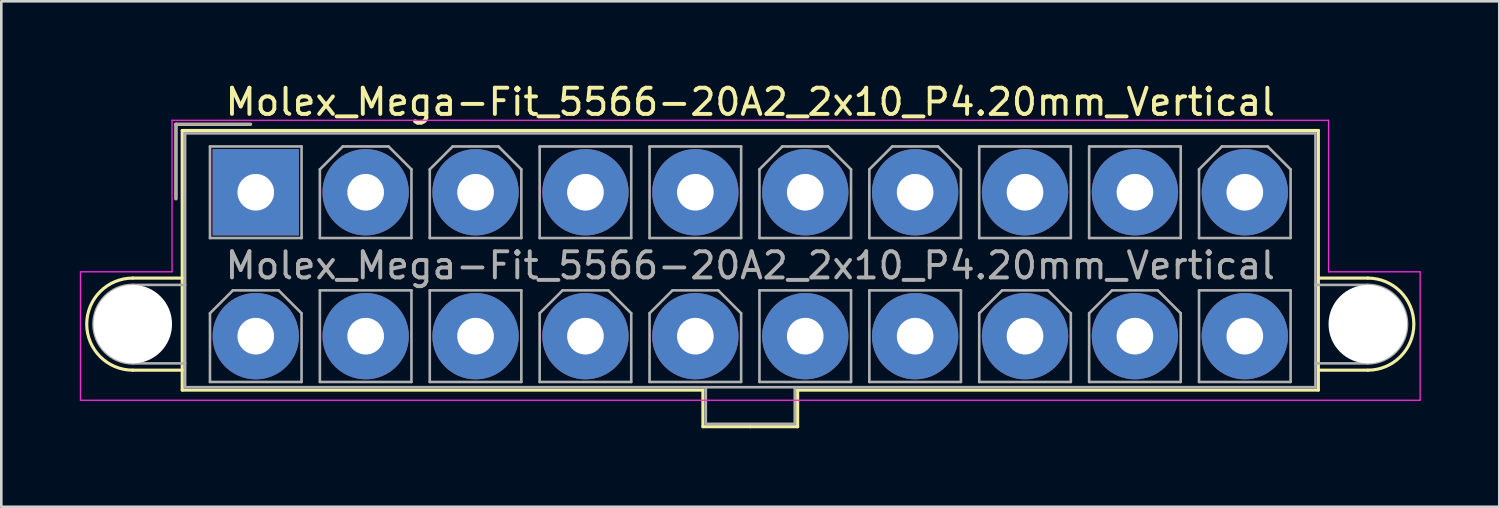
<source format=kicad_pcb>
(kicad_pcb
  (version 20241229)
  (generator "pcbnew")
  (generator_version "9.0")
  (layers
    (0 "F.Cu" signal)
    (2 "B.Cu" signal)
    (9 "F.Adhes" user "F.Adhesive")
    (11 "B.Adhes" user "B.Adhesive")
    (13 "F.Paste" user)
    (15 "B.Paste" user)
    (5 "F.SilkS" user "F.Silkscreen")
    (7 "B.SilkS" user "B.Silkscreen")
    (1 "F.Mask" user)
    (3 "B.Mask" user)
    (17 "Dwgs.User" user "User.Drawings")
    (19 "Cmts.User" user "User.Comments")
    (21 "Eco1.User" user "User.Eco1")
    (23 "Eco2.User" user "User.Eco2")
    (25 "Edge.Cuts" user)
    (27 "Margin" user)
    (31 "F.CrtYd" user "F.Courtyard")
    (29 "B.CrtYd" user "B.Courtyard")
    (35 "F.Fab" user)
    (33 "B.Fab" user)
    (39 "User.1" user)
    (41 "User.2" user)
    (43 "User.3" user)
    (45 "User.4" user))
  (footprint "Molex_Mega-Fit_5566-20A2_2x10_P4.20mm_Vertical"
    (layer "F.Cu")
    (at 6.725 4.298)
    (property "Reference" "Molex_Mega-Fit_5566-20A2_2x10_P4.20mm_Vertical" (at 18.9 -3.45 0) (layer "F.SilkS") (effects (font (size 1 1) (thickness 0.15))))
    (attr through_hole)
    (fp_line (start -4.7 3.28) (end -2.81 3.28) (stroke (width 0.12) (type solid)) (layer "F.SilkS"))
    (fp_line (start -4.7 6.8) (end -2.81 6.8) (stroke (width 0.12) (type solid)) (layer "F.SilkS"))
    (fp_line (start -3.05 -2.6) (end -3.05 0.25) (stroke (width 0.12) (type solid)) (layer "F.SilkS"))
    (fp_line (start -2.81 -2.36) (end -2.81 7.56) (stroke (width 0.12) (type solid)) (layer "F.SilkS"))
    (fp_line (start -2.81 7.56) (end 17.09 7.56) (stroke (width 0.12) (type solid)) (layer "F.SilkS"))
    (fp_line (start -0.2 -2.6) (end -3.05 -2.6) (stroke (width 0.12) (type solid)) (layer "F.SilkS"))
    (fp_line (start 17.09 7.56) (end 17.09 8.96) (stroke (width 0.12) (type solid)) (layer "F.SilkS"))
    (fp_line (start 17.09 8.96) (end 18.9 8.96) (stroke (width 0.12) (type solid)) (layer "F.SilkS"))
    (fp_line (start 18.9 -2.36) (end -2.81 -2.36) (stroke (width 0.12) (type solid)) (layer "F.SilkS"))
    (fp_line (start 18.9 -2.36) (end 40.61 -2.36) (stroke (width 0.12) (type solid)) (layer "F.SilkS"))
    (fp_line (start 20.71 7.56) (end 20.71 8.96) (stroke (width 0.12) (type solid)) (layer "F.SilkS"))
    (fp_line (start 20.71 8.96) (end 18.9 8.96) (stroke (width 0.12) (type solid)) (layer "F.SilkS"))
    (fp_line (start 40.61 -2.36) (end 40.61 7.56) (stroke (width 0.12) (type solid)) (layer "F.SilkS"))
    (fp_line (start 40.61 7.56) (end 20.71 7.56) (stroke (width 0.12) (type solid)) (layer "F.SilkS"))
    (fp_line (start 42.5 3.28) (end 40.61 3.28) (stroke (width 0.12) (type solid)) (layer "F.SilkS"))
    (fp_line (start 42.5 6.8) (end 40.61 6.8) (stroke (width 0.12) (type solid)) (layer "F.SilkS"))
    (fp_arc (start -4.7 6.8) (mid -6.46 5.04) (end -4.7 3.28) (stroke (width 0.12) (type solid)) (layer "F.SilkS"))
    (fp_arc (start 42.5 3.28) (mid 44.26 5.04) (end 42.5 6.8) (stroke (width 0.12) (type solid)) (layer "F.SilkS"))
    (fp_line (start -6.7 3.04) (end -6.7 7.95) (stroke (width 0.05) (type solid)) (layer "F.CrtYd"))
    (fp_line (start -6.7 7.95) (end 44.5 7.95) (stroke (width 0.05) (type solid)) (layer "F.CrtYd"))
    (fp_line (start -3.2 -2.75) (end -3.2 3.04) (stroke (width 0.05) (type solid)) (layer "F.CrtYd"))
    (fp_line (start -3.2 3.04) (end -6.7 3.04) (stroke (width 0.05) (type solid)) (layer "F.CrtYd"))
    (fp_line (start 41 -2.75) (end -3.2 -2.75) (stroke (width 0.05) (type solid)) (layer "F.CrtYd"))
    (fp_line (start 41 3.04) (end 41 -2.75) (stroke (width 0.05) (type solid)) (layer "F.CrtYd"))
    (fp_line (start 44.5 3.04) (end 41 3.04) (stroke (width 0.05) (type solid)) (layer "F.CrtYd"))
    (fp_line (start 44.5 7.95) (end 44.5 3.04) (stroke (width 0.05) (type solid)) (layer "F.CrtYd"))
    (fp_line (start -4.7 3.54) (end -2.7 3.54) (stroke (width 0.1) (type solid)) (layer "F.Fab"))
    (fp_line (start -4.7 6.54) (end -2.7 6.54) (stroke (width 0.1) (type solid)) (layer "F.Fab"))
    (fp_line (start -3.05 -2.6) (end -3.05 0.25) (stroke (width 0.1) (type solid)) (layer "F.Fab"))
    (fp_line (start -2.7 -2.25) (end -2.7 7.45) (stroke (width 0.1) (type solid)) (layer "F.Fab"))
    (fp_line (start -2.7 7.45) (end 40.5 7.45) (stroke (width 0.1) (type solid)) (layer "F.Fab"))
    (fp_line (start -1.75 -1.75) (end -1.75 1.75) (stroke (width 0.1) (type solid)) (layer "F.Fab"))
    (fp_line (start -1.75 1.75) (end 1.75 1.75) (stroke (width 0.1) (type solid)) (layer "F.Fab"))
    (fp_line (start -1.75 4.625) (end -0.875 3.75) (stroke (width 0.1) (type solid)) (layer "F.Fab"))
    (fp_line (start -1.75 7.25) (end -1.75 4.625) (stroke (width 0.1) (type solid)) (layer "F.Fab"))
    (fp_line (start -0.875 3.75) (end 0.875 3.75) (stroke (width 0.1) (type solid)) (layer "F.Fab"))
    (fp_line (start -0.2 -2.6) (end -3.05 -2.6) (stroke (width 0.1) (type solid)) (layer "F.Fab"))
    (fp_line (start 0.875 3.75) (end 1.75 4.625) (stroke (width 0.1) (type solid)) (layer "F.Fab"))
    (fp_line (start 1.75 -1.75) (end -1.75 -1.75) (stroke (width 0.1) (type solid)) (layer "F.Fab"))
    (fp_line (start 1.75 1.75) (end 1.75 -1.75) (stroke (width 0.1) (type solid)) (layer "F.Fab"))
    (fp_line (start 1.75 4.625) (end 1.75 7.25) (stroke (width 0.1) (type solid)) (layer "F.Fab"))
    (fp_line (start 1.75 7.25) (end -1.75 7.25) (stroke (width 0.1) (type solid)) (layer "F.Fab"))
    (fp_line (start 2.45 -0.875) (end 3.325 -1.75) (stroke (width 0.1) (type solid)) (layer "F.Fab"))
    (fp_line (start 2.45 1.75) (end 2.45 -0.875) (stroke (width 0.1) (type solid)) (layer "F.Fab"))
    (fp_line (start 2.45 3.75) (end 2.45 7.25) (stroke (width 0.1) (type solid)) (layer "F.Fab"))
    (fp_line (start 2.45 7.25) (end 5.95 7.25) (stroke (width 0.1) (type solid)) (layer "F.Fab"))
    (fp_line (start 3.325 -1.75) (end 5.075 -1.75) (stroke (width 0.1) (type solid)) (layer "F.Fab"))
    (fp_line (start 5.075 -1.75) (end 5.95 -0.875) (stroke (width 0.1) (type solid)) (layer "F.Fab"))
    (fp_line (start 5.95 -0.875) (end 5.95 1.75) (stroke (width 0.1) (type solid)) (layer "F.Fab"))
    (fp_line (start 5.95 1.75) (end 2.45 1.75) (stroke (width 0.1) (type solid)) (layer "F.Fab"))
    (fp_line (start 5.95 3.75) (end 2.45 3.75) (stroke (width 0.1) (type solid)) (layer "F.Fab"))
    (fp_line (start 5.95 7.25) (end 5.95 3.75) (stroke (width 0.1) (type solid)) (layer "F.Fab"))
    (fp_line (start 6.65 -0.875) (end 7.525 -1.75) (stroke (width 0.1) (type solid)) (layer "F.Fab"))
    (fp_line (start 6.65 1.75) (end 6.65 -0.875) (stroke (width 0.1) (type solid)) (layer "F.Fab"))
    (fp_line (start 6.65 3.75) (end 6.65 7.25) (stroke (width 0.1) (type solid)) (layer "F.Fab"))
    (fp_line (start 6.65 7.25) (end 10.15 7.25) (stroke (width 0.1) (type solid)) (layer "F.Fab"))
    (fp_line (start 7.525 -1.75) (end 9.275 -1.75) (stroke (width 0.1) (type solid)) (layer "F.Fab"))
    (fp_line (start 9.275 -1.75) (end 10.15 -0.875) (stroke (width 0.1) (type solid)) (layer "F.Fab"))
    (fp_line (start 10.15 -0.875) (end 10.15 1.75) (stroke (width 0.1) (type solid)) (layer "F.Fab"))
    (fp_line (start 10.15 1.75) (end 6.65 1.75) (stroke (width 0.1) (type solid)) (layer "F.Fab"))
    (fp_line (start 10.15 3.75) (end 6.65 3.75) (stroke (width 0.1) (type solid)) (layer "F.Fab"))
    (fp_line (start 10.15 7.25) (end 10.15 3.75) (stroke (width 0.1) (type solid)) (layer "F.Fab"))
    (fp_line (start 10.85 -1.75) (end 10.85 1.75) (stroke (width 0.1) (type solid)) (layer "F.Fab"))
    (fp_line (start 10.85 1.75) (end 14.35 1.75) (stroke (width 0.1) (type solid)) (layer "F.Fab"))
    (fp_line (start 10.85 4.625) (end 11.725 3.75) (stroke (width 0.1) (type solid)) (layer "F.Fab"))
    (fp_line (start 10.85 7.25) (end 10.85 4.625) (stroke (width 0.1) (type solid)) (layer "F.Fab"))
    (fp_line (start 11.725 3.75) (end 13.475 3.75) (stroke (width 0.1) (type solid)) (layer "F.Fab"))
    (fp_line (start 13.475 3.75) (end 14.35 4.625) (stroke (width 0.1) (type solid)) (layer "F.Fab"))
    (fp_line (start 14.35 -1.75) (end 10.85 -1.75) (stroke (width 0.1) (type solid)) (layer "F.Fab"))
    (fp_line (start 14.35 1.75) (end 14.35 -1.75) (stroke (width 0.1) (type solid)) (layer "F.Fab"))
    (fp_line (start 14.35 4.625) (end 14.35 7.25) (stroke (width 0.1) (type solid)) (layer "F.Fab"))
    (fp_line (start 14.35 7.25) (end 10.85 7.25) (stroke (width 0.1) (type solid)) (layer "F.Fab"))
    (fp_line (start 15.05 -1.75) (end 15.05 1.75) (stroke (width 0.1) (type solid)) (layer "F.Fab"))
    (fp_line (start 15.05 1.75) (end 18.55 1.75) (stroke (width 0.1) (type solid)) (layer "F.Fab"))
    (fp_line (start 15.05 4.625) (end 15.925 3.75) (stroke (width 0.1) (type solid)) (layer "F.Fab"))
    (fp_line (start 15.05 7.25) (end 15.05 4.625) (stroke (width 0.1) (type solid)) (layer "F.Fab"))
    (fp_line (start 15.925 3.75) (end 17.675 3.75) (stroke (width 0.1) (type solid)) (layer "F.Fab"))
    (fp_line (start 17.2 7.45) (end 17.2 8.85) (stroke (width 0.1) (type solid)) (layer "F.Fab"))
    (fp_line (start 17.2 8.85) (end 20.6 8.85) (stroke (width 0.1) (type solid)) (layer "F.Fab"))
    (fp_line (start 17.675 3.75) (end 18.55 4.625) (stroke (width 0.1) (type solid)) (layer "F.Fab"))
    (fp_line (start 18.55 -1.75) (end 15.05 -1.75) (stroke (width 0.1) (type solid)) (layer "F.Fab"))
    (fp_line (start 18.55 1.75) (end 18.55 -1.75) (stroke (width 0.1) (type solid)) (layer "F.Fab"))
    (fp_line (start 18.55 4.625) (end 18.55 7.25) (stroke (width 0.1) (type solid)) (layer "F.Fab"))
    (fp_line (start 18.55 7.25) (end 15.05 7.25) (stroke (width 0.1) (type solid)) (layer "F.Fab"))
    (fp_line (start 19.25 -0.875) (end 20.125 -1.75) (stroke (width 0.1) (type solid)) (layer "F.Fab"))
    (fp_line (start 19.25 1.75) (end 19.25 -0.875) (stroke (width 0.1) (type solid)) (layer "F.Fab"))
    (fp_line (start 19.25 3.75) (end 19.25 7.25) (stroke (width 0.1) (type solid)) (layer "F.Fab"))
    (fp_line (start 19.25 7.25) (end 22.75 7.25) (stroke (width 0.1) (type solid)) (layer "F.Fab"))
    (fp_line (start 20.125 -1.75) (end 21.875 -1.75) (stroke (width 0.1) (type solid)) (layer "F.Fab"))
    (fp_line (start 20.6 8.85) (end 20.6 7.45) (stroke (width 0.1) (type solid)) (layer "F.Fab"))
    (fp_line (start 21.875 -1.75) (end 22.75 -0.875) (stroke (width 0.1) (type solid)) (layer "F.Fab"))
    (fp_line (start 22.75 -0.875) (end 22.75 1.75) (stroke (width 0.1) (type solid)) (layer "F.Fab"))
    (fp_line (start 22.75 1.75) (end 19.25 1.75) (stroke (width 0.1) (type solid)) (layer "F.Fab"))
    (fp_line (start 22.75 3.75) (end 19.25 3.75) (stroke (width 0.1) (type solid)) (layer "F.Fab"))
    (fp_line (start 22.75 7.25) (end 22.75 3.75) (stroke (width 0.1) (type solid)) (layer "F.Fab"))
    (fp_line (start 23.45 -0.875) (end 24.325 -1.75) (stroke (width 0.1) (type solid)) (layer "F.Fab"))
    (fp_line (start 23.45 1.75) (end 23.45 -0.875) (stroke (width 0.1) (type solid)) (layer "F.Fab"))
    (fp_line (start 23.45 3.75) (end 23.45 7.25) (stroke (width 0.1) (type solid)) (layer "F.Fab"))
    (fp_line (start 23.45 7.25) (end 26.95 7.25) (stroke (width 0.1) (type solid)) (layer "F.Fab"))
    (fp_line (start 24.325 -1.75) (end 26.075 -1.75) (stroke (width 0.1) (type solid)) (layer "F.Fab"))
    (fp_line (start 26.075 -1.75) (end 26.95 -0.875) (stroke (width 0.1) (type solid)) (layer "F.Fab"))
    (fp_line (start 26.95 -0.875) (end 26.95 1.75) (stroke (width 0.1) (type solid)) (layer "F.Fab"))
    (fp_line (start 26.95 1.75) (end 23.45 1.75) (stroke (width 0.1) (type solid)) (layer "F.Fab"))
    (fp_line (start 26.95 3.75) (end 23.45 3.75) (stroke (width 0.1) (type solid)) (layer "F.Fab"))
    (fp_line (start 26.95 7.25) (end 26.95 3.75) (stroke (width 0.1) (type solid)) (layer "F.Fab"))
    (fp_line (start 27.65 -1.75) (end 27.65 1.75) (stroke (width 0.1) (type solid)) (layer "F.Fab"))
    (fp_line (start 27.65 1.75) (end 31.15 1.75) (stroke (width 0.1) (type solid)) (layer "F.Fab"))
    (fp_line (start 27.65 4.625) (end 28.525 3.75) (stroke (width 0.1) (type solid)) (layer "F.Fab"))
    (fp_line (start 27.65 7.25) (end 27.65 4.625) (stroke (width 0.1) (type solid)) (layer "F.Fab"))
    (fp_line (start 28.525 3.75) (end 30.275 3.75) (stroke (width 0.1) (type solid)) (layer "F.Fab"))
    (fp_line (start 30.275 3.75) (end 31.15 4.625) (stroke (width 0.1) (type solid)) (layer "F.Fab"))
    (fp_line (start 31.15 -1.75) (end 27.65 -1.75) (stroke (width 0.1) (type solid)) (layer "F.Fab"))
    (fp_line (start 31.15 1.75) (end 31.15 -1.75) (stroke (width 0.1) (type solid)) (layer "F.Fab"))
    (fp_line (start 31.15 4.625) (end 31.15 7.25) (stroke (width 0.1) (type solid)) (layer "F.Fab"))
    (fp_line (start 31.15 7.25) (end 27.65 7.25) (stroke (width 0.1) (type solid)) (layer "F.Fab"))
    (fp_line (start 31.85 -1.75) (end 31.85 1.75) (stroke (width 0.1) (type solid)) (layer "F.Fab"))
    (fp_line (start 31.85 1.75) (end 35.35 1.75) (stroke (width 0.1) (type solid)) (layer "F.Fab"))
    (fp_line (start 31.85 4.625) (end 32.725 3.75) (stroke (width 0.1) (type solid)) (layer "F.Fab"))
    (fp_line (start 31.85 7.25) (end 31.85 4.625) (stroke (width 0.1) (type solid)) (layer "F.Fab"))
    (fp_line (start 32.725 3.75) (end 34.475 3.75) (stroke (width 0.1) (type solid)) (layer "F.Fab"))
    (fp_line (start 34.475 3.75) (end 35.35 4.625) (stroke (width 0.1) (type solid)) (layer "F.Fab"))
    (fp_line (start 35.35 -1.75) (end 31.85 -1.75) (stroke (width 0.1) (type solid)) (layer "F.Fab"))
    (fp_line (start 35.35 1.75) (end 35.35 -1.75) (stroke (width 0.1) (type solid)) (layer "F.Fab"))
    (fp_line (start 35.35 4.625) (end 35.35 7.25) (stroke (width 0.1) (type solid)) (layer "F.Fab"))
    (fp_line (start 35.35 7.25) (end 31.85 7.25) (stroke (width 0.1) (type solid)) (layer "F.Fab"))
    (fp_line (start 36.05 -0.875) (end 36.925 -1.75) (stroke (width 0.1) (type solid)) (layer "F.Fab"))
    (fp_line (start 36.05 1.75) (end 36.05 -0.875) (stroke (width 0.1) (type solid)) (layer "F.Fab"))
    (fp_line (start 36.05 3.75) (end 36.05 7.25) (stroke (width 0.1) (type solid)) (layer "F.Fab"))
    (fp_line (start 36.05 7.25) (end 39.55 7.25) (stroke (width 0.1) (type solid)) (layer "F.Fab"))
    (fp_line (start 36.925 -1.75) (end 38.675 -1.75) (stroke (width 0.1) (type solid)) (layer "F.Fab"))
    (fp_line (start 38.675 -1.75) (end 39.55 -0.875) (stroke (width 0.1) (type solid)) (layer "F.Fab"))
    (fp_line (start 39.55 -0.875) (end 39.55 1.75) (stroke (width 0.1) (type solid)) (layer "F.Fab"))
    (fp_line (start 39.55 1.75) (end 36.05 1.75) (stroke (width 0.1) (type solid)) (layer "F.Fab"))
    (fp_line (start 39.55 3.75) (end 36.05 3.75) (stroke (width 0.1) (type solid)) (layer "F.Fab"))
    (fp_line (start 39.55 7.25) (end 39.55 3.75) (stroke (width 0.1) (type solid)) (layer "F.Fab"))
    (fp_line (start 40.5 -2.25) (end -2.7 -2.25) (stroke (width 0.1) (type solid)) (layer "F.Fab"))
    (fp_line (start 40.5 7.45) (end 40.5 -2.25) (stroke (width 0.1) (type solid)) (layer "F.Fab"))
    (fp_line (start 42.5 3.54) (end 40.5 3.54) (stroke (width 0.1) (type solid)) (layer "F.Fab"))
    (fp_line (start 42.5 6.54) (end 40.5 6.54) (stroke (width 0.1) (type solid)) (layer "F.Fab"))
    (fp_arc (start -4.7 6.54) (mid -6.2 5.04) (end -4.7 3.54) (stroke (width 0.1) (type solid)) (layer "F.Fab"))
    (fp_arc (start 42.5 3.54) (mid 44 5.04) (end 42.5 6.54) (stroke (width 0.1) (type solid)) (layer "F.Fab"))
    (fp_text user "${REFERENCE}" (at 18.9 2.8 0) (layer "F.Fab") (effects (font (size 1 1) (thickness 0.15))))
    (pad "" np_thru_hole circle (at -4.7 5.04) (size 3 3) (drill 3) (layers "*.Cu" "*.Mask"))
    (pad "" np_thru_hole circle (at 42.5 5.04) (size 3 3) (drill 3) (layers "*.Cu" "*.Mask"))
    (pad "1" thru_hole rect (at 0 0) (size 3.3 3.3) (drill 1.4) (layers "*.Cu" "*.Mask"))
    (pad "2" thru_hole circle (at 4.2 0) (size 3.3 3.3) (drill 1.4) (layers "*.Cu" "*.Mask"))
    (pad "3" thru_hole circle (at 8.4 0) (size 3.3 3.3) (drill 1.4) (layers "*.Cu" "*.Mask"))
    (pad "4" thru_hole circle (at 12.6 0) (size 3.3 3.3) (drill 1.4) (layers "*.Cu" "*.Mask"))
    (pad "5" thru_hole circle (at 16.8 0) (size 3.3 3.3) (drill 1.4) (layers "*.Cu" "*.Mask"))
    (pad "6" thru_hole circle (at 21 0) (size 3.3 3.3) (drill 1.4) (layers "*.Cu" "*.Mask"))
    (pad "7" thru_hole circle (at 25.2 0) (size 3.3 3.3) (drill 1.4) (layers "*.Cu" "*.Mask"))
    (pad "8" thru_hole circle (at 29.4 0) (size 3.3 3.3) (drill 1.4) (layers "*.Cu" "*.Mask"))
    (pad "9" thru_hole circle (at 33.6 0) (size 3.3 3.3) (drill 1.4) (layers "*.Cu" "*.Mask"))
    (pad "10" thru_hole circle (at 37.8 0) (size 3.3 3.3) (drill 1.4) (layers "*.Cu" "*.Mask"))
    (pad "11" thru_hole circle (at 0 5.5) (size 3.3 3.3) (drill 1.4) (layers "*.Cu" "*.Mask"))
    (pad "12" thru_hole circle (at 4.2 5.5) (size 3.3 3.3) (drill 1.4) (layers "*.Cu" "*.Mask"))
    (pad "13" thru_hole circle (at 8.4 5.5) (size 3.3 3.3) (drill 1.4) (layers "*.Cu" "*.Mask"))
    (pad "14" thru_hole circle (at 12.6 5.5) (size 3.3 3.3) (drill 1.4) (layers "*.Cu" "*.Mask"))
    (pad "15" thru_hole circle (at 16.8 5.5) (size 3.3 3.3) (drill 1.4) (layers "*.Cu" "*.Mask"))
    (pad "16" thru_hole circle (at 21 5.5) (size 3.3 3.3) (drill 1.4) (layers "*.Cu" "*.Mask"))
    (pad "17" thru_hole circle (at 25.2 5.5) (size 3.3 3.3) (drill 1.4) (layers "*.Cu" "*.Mask"))
    (pad "18" thru_hole circle (at 29.4 5.5) (size 3.3 3.3) (drill 1.4) (layers "*.Cu" "*.Mask"))
    (pad "19" thru_hole circle (at 33.6 5.5) (size 3.3 3.3) (drill 1.4) (layers "*.Cu" "*.Mask"))
    (pad "20" thru_hole circle (at 37.8 5.5) (size 3.3 3.3) (drill 1.4) (layers "*.Cu" "*.Mask")))
  (gr_rect
    (start -3 -3)
    (end 54.25 16.318)
    (stroke (width 0.1) (type default))
    (fill no)
    (layer "Edge.Cuts")))
</source>
